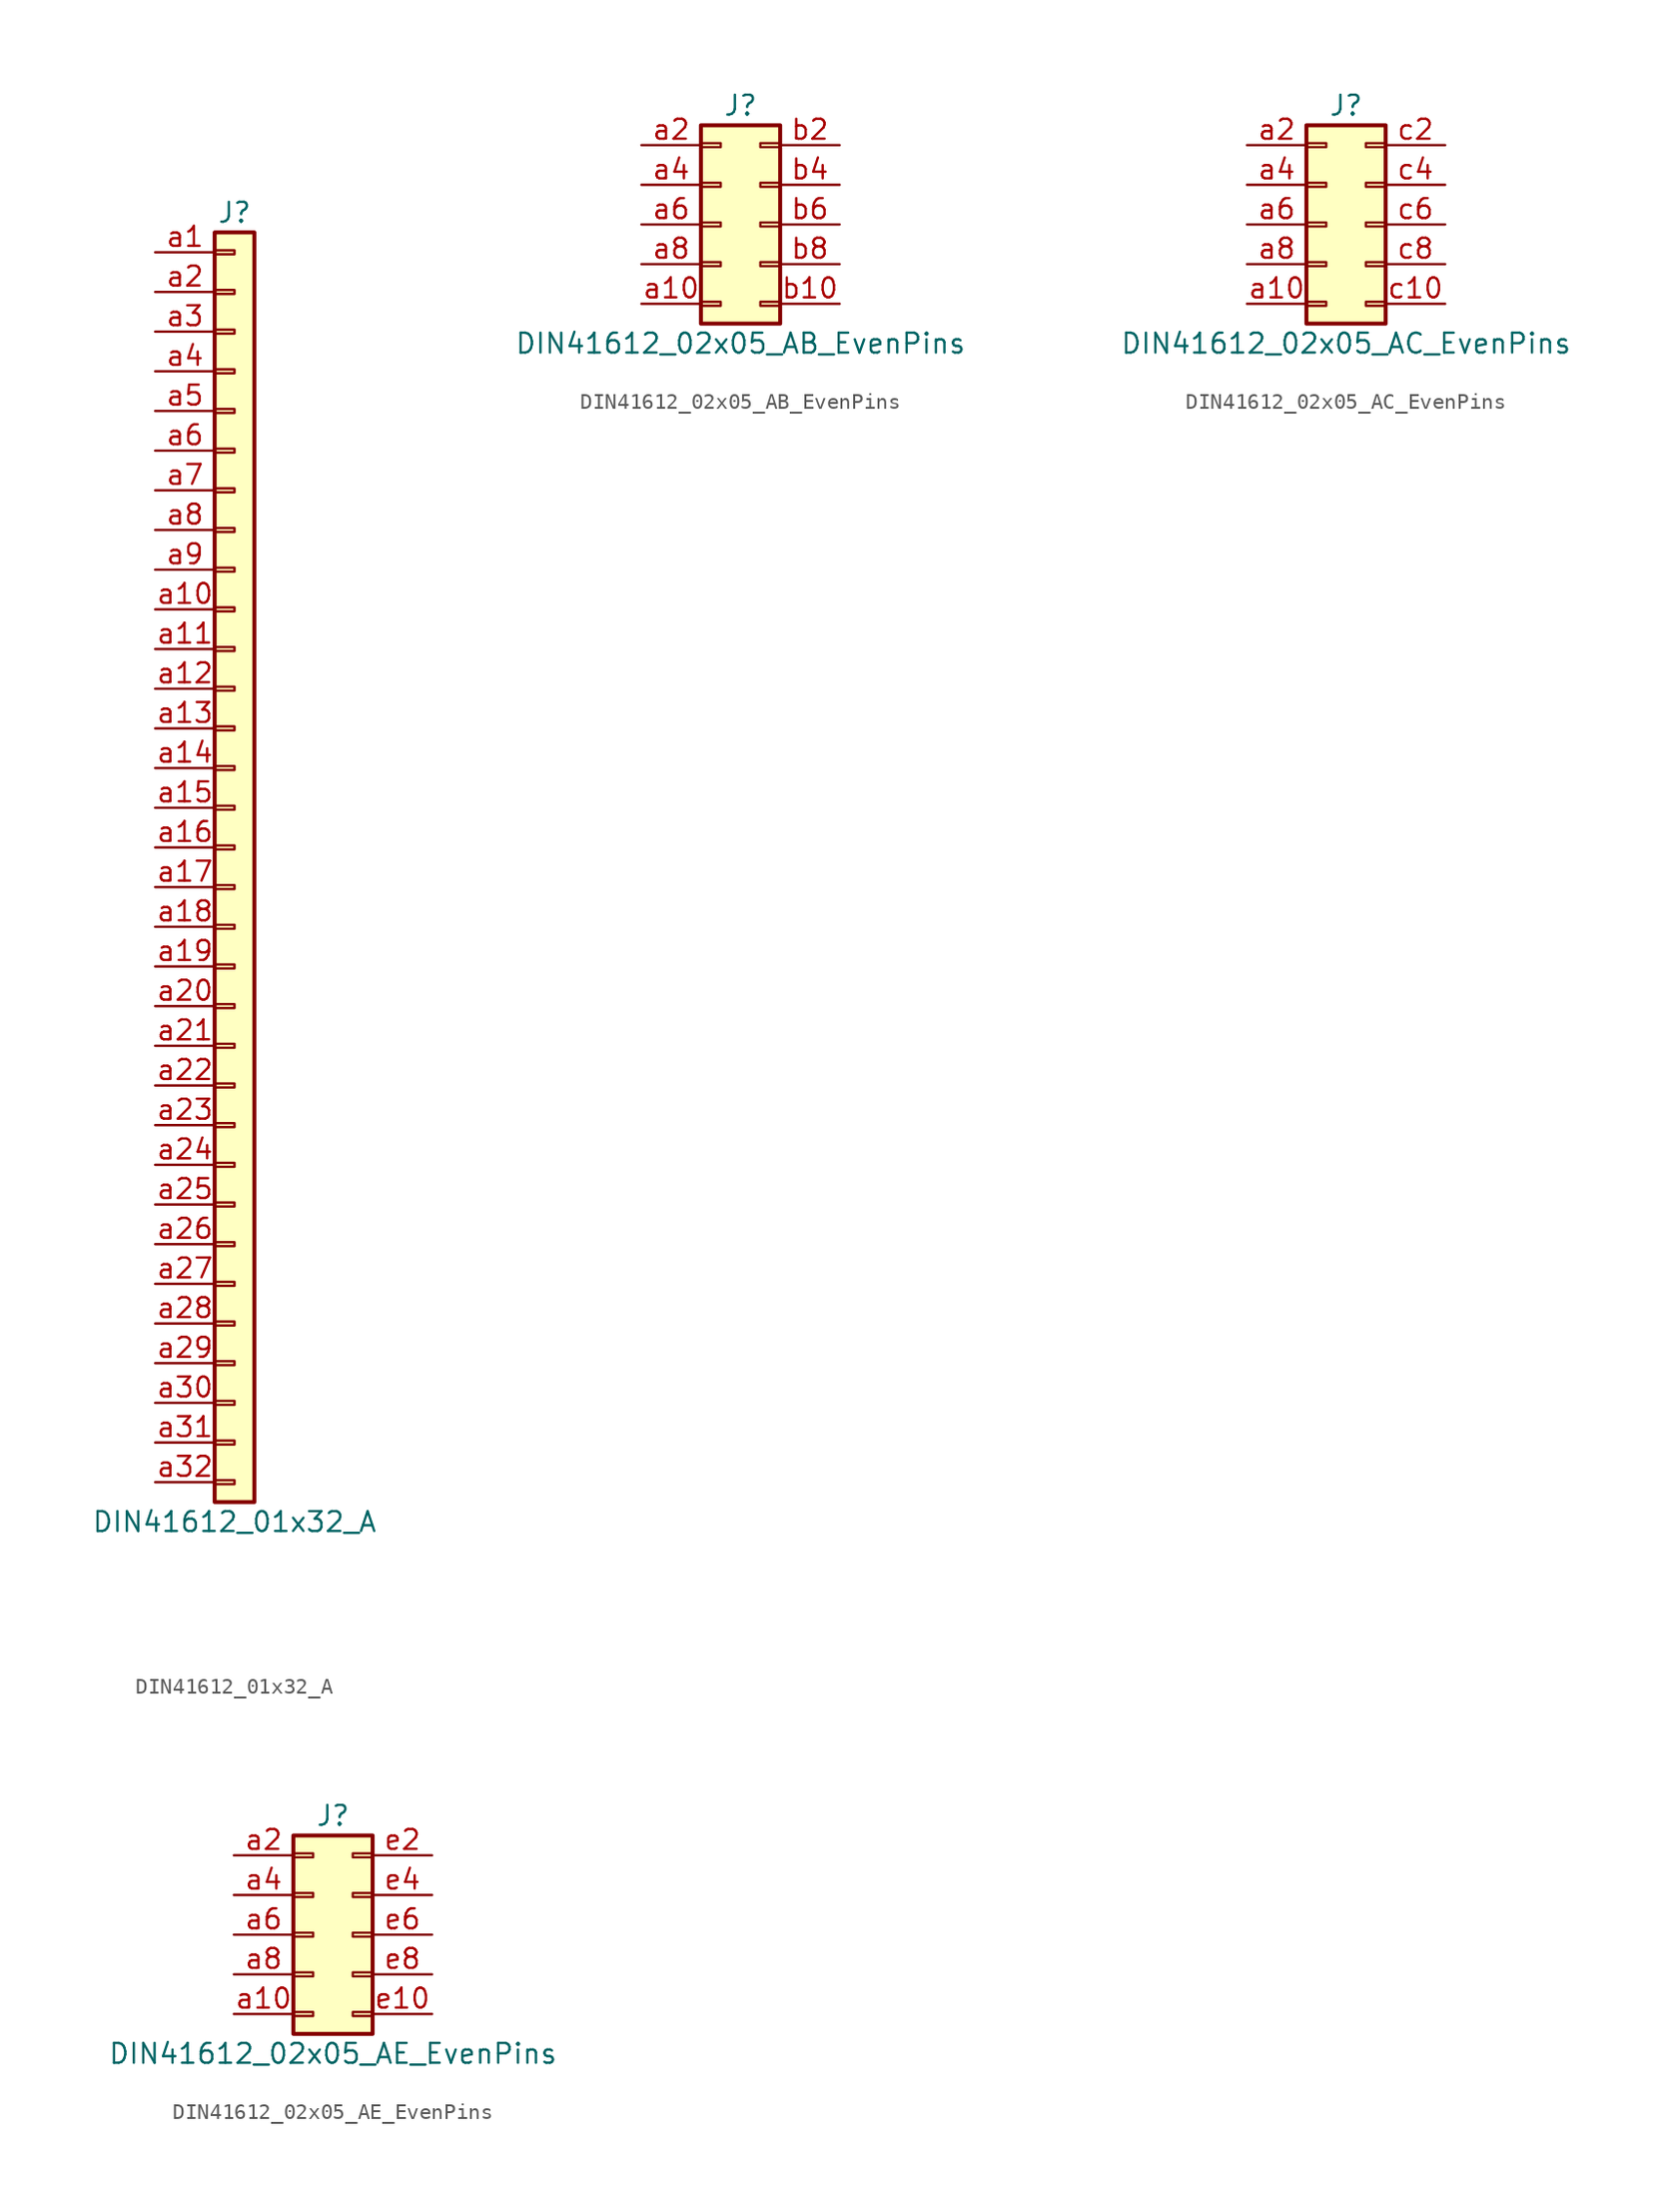
<source format=kicad_sym>
(kicad_symbol_lib
  (version 20201005)
  (generator kicad_symbol_editor)
  (symbol "Connector:DIN41612_01x32_A"
    (pin_names
      (offset 1.016) hide)
    (property "Reference" "J"
      (at 0 40.64 0)
      (effects (font (size 1.27 1.27))))
    (property "Value" "DIN41612_01x32_A"
      (at 0 -43.18 0)
      (effects (font (size 1.27 1.27))))
    (symbol "DIN41612_01x32_A_1_1"
      (rectangle (start -1.27 -40.513) (end 0 -40.767) (stroke (width 0.152)) (fill (type none)))
      (rectangle (start -1.27 -37.973) (end 0 -38.227) (stroke (width 0.152)) (fill (type none)))
      (rectangle (start -1.27 -35.433) (end 0 -35.687) (stroke (width 0.152)) (fill (type none)))
      (rectangle (start -1.27 -32.893) (end 0 -33.147) (stroke (width 0.152)) (fill (type none)))
      (rectangle (start -1.27 -30.353) (end 0 -30.607) (stroke (width 0.152)) (fill (type none)))
      (rectangle (start -1.27 -27.813) (end 0 -28.067) (stroke (width 0.152)) (fill (type none)))
      (rectangle (start -1.27 -25.273) (end 0 -25.527) (stroke (width 0.152)) (fill (type none)))
      (rectangle (start -1.27 -22.733) (end 0 -22.987) (stroke (width 0.152)) (fill (type none)))
      (rectangle (start -1.27 -20.193) (end 0 -20.447) (stroke (width 0.152)) (fill (type none)))
      (rectangle (start -1.27 -17.653) (end 0 -17.907) (stroke (width 0.152)) (fill (type none)))
      (rectangle (start -1.27 -15.113) (end 0 -15.367) (stroke (width 0.152)) (fill (type none)))
      (rectangle (start -1.27 -12.573) (end 0 -12.827) (stroke (width 0.152)) (fill (type none)))
      (rectangle (start -1.27 -10.033) (end 0 -10.287) (stroke (width 0.152)) (fill (type none)))
      (rectangle (start -1.27 -7.493) (end 0 -7.747) (stroke (width 0.152)) (fill (type none)))
      (rectangle (start -1.27 -4.953) (end 0 -5.207) (stroke (width 0.152)) (fill (type none)))
      (rectangle (start -1.27 -2.413) (end 0 -2.667) (stroke (width 0.152)) (fill (type none)))
      (rectangle (start -1.27 0.127) (end 0 -0.127) (stroke (width 0.152)) (fill (type none)))
      (rectangle (start -1.27 2.667) (end 0 2.413) (stroke (width 0.152)) (fill (type none)))
      (rectangle (start -1.27 5.207) (end 0 4.953) (stroke (width 0.152)) (fill (type none)))
      (rectangle (start -1.27 7.747) (end 0 7.493) (stroke (width 0.152)) (fill (type none)))
      (rectangle (start -1.27 10.287) (end 0 10.033) (stroke (width 0.152)) (fill (type none)))
      (rectangle (start -1.27 12.827) (end 0 12.573) (stroke (width 0.152)) (fill (type none)))
      (rectangle (start -1.27 15.367) (end 0 15.113) (stroke (width 0.152)) (fill (type none)))
      (rectangle (start -1.27 17.907) (end 0 17.653) (stroke (width 0.152)) (fill (type none)))
      (rectangle (start -1.27 20.447) (end 0 20.193) (stroke (width 0.152)) (fill (type none)))
      (rectangle (start -1.27 22.987) (end 0 22.733) (stroke (width 0.152)) (fill (type none)))
      (rectangle (start -1.27 25.527) (end 0 25.273) (stroke (width 0.152)) (fill (type none)))
      (rectangle (start -1.27 28.067) (end 0 27.813) (stroke (width 0.152)) (fill (type none)))
      (rectangle (start -1.27 30.607) (end 0 30.353) (stroke (width 0.152)) (fill (type none)))
      (rectangle (start -1.27 33.147) (end 0 32.893) (stroke (width 0.152)) (fill (type none)))
      (rectangle (start -1.27 35.687) (end 0 35.433) (stroke (width 0.152)) (fill (type none)))
      (rectangle (start -1.27 38.227) (end 0 37.973) (stroke (width 0.152)) (fill (type none)))
      (rectangle (start -1.27 39.37) (end 1.27 -41.91) (stroke (width 0.254)) (fill (type background)))
      (pin passive line (at -5.08 38.1 0) (length 3.81) (name "Pin_a1" (effects (font (size 1.27 1.27)))) (number "a1" (effects (font (size 1.27 1.27)))))
      (pin passive line (at -5.08 15.24 0) (length 3.81) (name "Pin_a10" (effects (font (size 1.27 1.27)))) (number "a10" (effects (font (size 1.27 1.27)))))
      (pin passive line (at -5.08 12.7 0) (length 3.81) (name "Pin_a11" (effects (font (size 1.27 1.27)))) (number "a11" (effects (font (size 1.27 1.27)))))
      (pin passive line (at -5.08 10.16 0) (length 3.81) (name "Pin_a12" (effects (font (size 1.27 1.27)))) (number "a12" (effects (font (size 1.27 1.27)))))
      (pin passive line (at -5.08 7.62 0) (length 3.81) (name "Pin_a13" (effects (font (size 1.27 1.27)))) (number "a13" (effects (font (size 1.27 1.27)))))
      (pin passive line (at -5.08 5.08 0) (length 3.81) (name "Pin_a14" (effects (font (size 1.27 1.27)))) (number "a14" (effects (font (size 1.27 1.27)))))
      (pin passive line (at -5.08 2.54 0) (length 3.81) (name "Pin_a15" (effects (font (size 1.27 1.27)))) (number "a15" (effects (font (size 1.27 1.27)))))
      (pin passive line (at -5.08 0 0) (length 3.81) (name "Pin_a16" (effects (font (size 1.27 1.27)))) (number "a16" (effects (font (size 1.27 1.27)))))
      (pin passive line (at -5.08 -2.54 0) (length 3.81) (name "Pin_a17" (effects (font (size 1.27 1.27)))) (number "a17" (effects (font (size 1.27 1.27)))))
      (pin passive line (at -5.08 -5.08 0) (length 3.81) (name "Pin_a18" (effects (font (size 1.27 1.27)))) (number "a18" (effects (font (size 1.27 1.27)))))
      (pin passive line (at -5.08 -7.62 0) (length 3.81) (name "Pin_a19" (effects (font (size 1.27 1.27)))) (number "a19" (effects (font (size 1.27 1.27)))))
      (pin passive line (at -5.08 35.56 0) (length 3.81) (name "Pin_a2" (effects (font (size 1.27 1.27)))) (number "a2" (effects (font (size 1.27 1.27)))))
      (pin passive line (at -5.08 -10.16 0) (length 3.81) (name "Pin_a20" (effects (font (size 1.27 1.27)))) (number "a20" (effects (font (size 1.27 1.27)))))
      (pin passive line (at -5.08 -12.7 0) (length 3.81) (name "Pin_a21" (effects (font (size 1.27 1.27)))) (number "a21" (effects (font (size 1.27 1.27)))))
      (pin passive line (at -5.08 -15.24 0) (length 3.81) (name "Pin_a22" (effects (font (size 1.27 1.27)))) (number "a22" (effects (font (size 1.27 1.27)))))
      (pin passive line (at -5.08 -17.78 0) (length 3.81) (name "Pin_a23" (effects (font (size 1.27 1.27)))) (number "a23" (effects (font (size 1.27 1.27)))))
      (pin passive line (at -5.08 -20.32 0) (length 3.81) (name "Pin_a24" (effects (font (size 1.27 1.27)))) (number "a24" (effects (font (size 1.27 1.27)))))
      (pin passive line (at -5.08 -22.86 0) (length 3.81) (name "Pin_a25" (effects (font (size 1.27 1.27)))) (number "a25" (effects (font (size 1.27 1.27)))))
      (pin passive line (at -5.08 -25.4 0) (length 3.81) (name "Pin_a26" (effects (font (size 1.27 1.27)))) (number "a26" (effects (font (size 1.27 1.27)))))
      (pin passive line (at -5.08 -27.94 0) (length 3.81) (name "Pin_a27" (effects (font (size 1.27 1.27)))) (number "a27" (effects (font (size 1.27 1.27)))))
      (pin passive line (at -5.08 -30.48 0) (length 3.81) (name "Pin_a28" (effects (font (size 1.27 1.27)))) (number "a28" (effects (font (size 1.27 1.27)))))
      (pin passive line (at -5.08 -33.02 0) (length 3.81) (name "Pin_a29" (effects (font (size 1.27 1.27)))) (number "a29" (effects (font (size 1.27 1.27)))))
      (pin passive line (at -5.08 33.02 0) (length 3.81) (name "Pin_a3" (effects (font (size 1.27 1.27)))) (number "a3" (effects (font (size 1.27 1.27)))))
      (pin passive line (at -5.08 -35.56 0) (length 3.81) (name "Pin_a30" (effects (font (size 1.27 1.27)))) (number "a30" (effects (font (size 1.27 1.27)))))
      (pin passive line (at -5.08 -38.1 0) (length 3.81) (name "Pin_a31" (effects (font (size 1.27 1.27)))) (number "a31" (effects (font (size 1.27 1.27)))))
      (pin passive line (at -5.08 -40.64 0) (length 3.81) (name "Pin_a32" (effects (font (size 1.27 1.27)))) (number "a32" (effects (font (size 1.27 1.27)))))
      (pin passive line (at -5.08 30.48 0) (length 3.81) (name "Pin_a4" (effects (font (size 1.27 1.27)))) (number "a4" (effects (font (size 1.27 1.27)))))
      (pin passive line (at -5.08 27.94 0) (length 3.81) (name "Pin_a5" (effects (font (size 1.27 1.27)))) (number "a5" (effects (font (size 1.27 1.27)))))
      (pin passive line (at -5.08 25.4 0) (length 3.81) (name "Pin_a6" (effects (font (size 1.27 1.27)))) (number "a6" (effects (font (size 1.27 1.27)))))
      (pin passive line (at -5.08 22.86 0) (length 3.81) (name "Pin_a7" (effects (font (size 1.27 1.27)))) (number "a7" (effects (font (size 1.27 1.27)))))
      (pin passive line (at -5.08 20.32 0) (length 3.81) (name "Pin_a8" (effects (font (size 1.27 1.27)))) (number "a8" (effects (font (size 1.27 1.27)))))
      (pin passive line (at -5.08 17.78 0) (length 3.81) (name "Pin_a9" (effects (font (size 1.27 1.27)))) (number "a9" (effects (font (size 1.27 1.27)))))))
  (symbol "Connector:DIN41612_02x05_AB_EvenPins"
    (pin_names
      (offset 1.016) hide)
    (property "Reference" "J"
      (at 1.27 7.62 0)
      (effects (font (size 1.27 1.27))))
    (property "Value" "DIN41612_02x05_AB_EvenPins"
      (at 1.27 -7.62 0)
      (effects (font (size 1.27 1.27))))
    (symbol "DIN41612_02x05_AB_EvenPins_1_1"
      (rectangle (start -1.27 -4.953) (end 0 -5.207) (stroke (width 0.152)) (fill (type none)))
      (rectangle (start -1.27 -2.413) (end 0 -2.667) (stroke (width 0.152)) (fill (type none)))
      (rectangle (start -1.27 0.127) (end 0 -0.127) (stroke (width 0.152)) (fill (type none)))
      (rectangle (start -1.27 2.667) (end 0 2.413) (stroke (width 0.152)) (fill (type none)))
      (rectangle (start -1.27 5.207) (end 0 4.953) (stroke (width 0.152)) (fill (type none)))
      (rectangle (start -1.27 6.35) (end 3.81 -6.35) (stroke (width 0.254)) (fill (type background)))
      (rectangle (start 3.81 -4.953) (end 2.54 -5.207) (stroke (width 0.152)) (fill (type none)))
      (rectangle (start 3.81 -2.413) (end 2.54 -2.667) (stroke (width 0.152)) (fill (type none)))
      (rectangle (start 3.81 0.127) (end 2.54 -0.127) (stroke (width 0.152)) (fill (type none)))
      (rectangle (start 3.81 2.667) (end 2.54 2.413) (stroke (width 0.152)) (fill (type none)))
      (rectangle (start 3.81 5.207) (end 2.54 4.953) (stroke (width 0.152)) (fill (type none)))
      (pin passive line (at -5.08 -5.08 0) (length 3.81) (name "Pin_a10" (effects (font (size 1.27 1.27)))) (number "a10" (effects (font (size 1.27 1.27)))))
      (pin passive line (at -5.08 5.08 0) (length 3.81) (name "Pin_a2" (effects (font (size 1.27 1.27)))) (number "a2" (effects (font (size 1.27 1.27)))))
      (pin passive line (at -5.08 2.54 0) (length 3.81) (name "Pin_a4" (effects (font (size 1.27 1.27)))) (number "a4" (effects (font (size 1.27 1.27)))))
      (pin passive line (at -5.08 0 0) (length 3.81) (name "Pin_a6" (effects (font (size 1.27 1.27)))) (number "a6" (effects (font (size 1.27 1.27)))))
      (pin passive line (at -5.08 -2.54 0) (length 3.81) (name "Pin_a8" (effects (font (size 1.27 1.27)))) (number "a8" (effects (font (size 1.27 1.27)))))
      (pin passive line (at 7.62 -5.08 180) (length 3.81) (name "Pin_b10" (effects (font (size 1.27 1.27)))) (number "b10" (effects (font (size 1.27 1.27)))))
      (pin passive line (at 7.62 5.08 180) (length 3.81) (name "Pin_b2" (effects (font (size 1.27 1.27)))) (number "b2" (effects (font (size 1.27 1.27)))))
      (pin passive line (at 7.62 2.54 180) (length 3.81) (name "Pin_b4" (effects (font (size 1.27 1.27)))) (number "b4" (effects (font (size 1.27 1.27)))))
      (pin passive line (at 7.62 0 180) (length 3.81) (name "Pin_b6" (effects (font (size 1.27 1.27)))) (number "b6" (effects (font (size 1.27 1.27)))))
      (pin passive line (at 7.62 -2.54 180) (length 3.81) (name "Pin_b8" (effects (font (size 1.27 1.27)))) (number "b8" (effects (font (size 1.27 1.27)))))))
  (symbol "Connector:DIN41612_02x05_AC_EvenPins"
    (pin_names
      (offset 1.016) hide)
    (property "Reference" "J"
      (at 1.27 7.62 0)
      (effects (font (size 1.27 1.27))))
    (property "Value" "DIN41612_02x05_AC_EvenPins"
      (at 1.27 -7.62 0)
      (effects (font (size 1.27 1.27))))
    (symbol "DIN41612_02x05_AC_EvenPins_1_1"
      (rectangle (start -1.27 -4.953) (end 0 -5.207) (stroke (width 0.152)) (fill (type none)))
      (rectangle (start -1.27 -2.413) (end 0 -2.667) (stroke (width 0.152)) (fill (type none)))
      (rectangle (start -1.27 0.127) (end 0 -0.127) (stroke (width 0.152)) (fill (type none)))
      (rectangle (start -1.27 2.667) (end 0 2.413) (stroke (width 0.152)) (fill (type none)))
      (rectangle (start -1.27 5.207) (end 0 4.953) (stroke (width 0.152)) (fill (type none)))
      (rectangle (start -1.27 6.35) (end 3.81 -6.35) (stroke (width 0.254)) (fill (type background)))
      (rectangle (start 3.81 -4.953) (end 2.54 -5.207) (stroke (width 0.152)) (fill (type none)))
      (rectangle (start 3.81 -2.413) (end 2.54 -2.667) (stroke (width 0.152)) (fill (type none)))
      (rectangle (start 3.81 0.127) (end 2.54 -0.127) (stroke (width 0.152)) (fill (type none)))
      (rectangle (start 3.81 2.667) (end 2.54 2.413) (stroke (width 0.152)) (fill (type none)))
      (rectangle (start 3.81 5.207) (end 2.54 4.953) (stroke (width 0.152)) (fill (type none)))
      (pin passive line (at -5.08 -5.08 0) (length 3.81) (name "Pin_a10" (effects (font (size 1.27 1.27)))) (number "a10" (effects (font (size 1.27 1.27)))))
      (pin passive line (at -5.08 5.08 0) (length 3.81) (name "Pin_a2" (effects (font (size 1.27 1.27)))) (number "a2" (effects (font (size 1.27 1.27)))))
      (pin passive line (at -5.08 2.54 0) (length 3.81) (name "Pin_a4" (effects (font (size 1.27 1.27)))) (number "a4" (effects (font (size 1.27 1.27)))))
      (pin passive line (at -5.08 0 0) (length 3.81) (name "Pin_a6" (effects (font (size 1.27 1.27)))) (number "a6" (effects (font (size 1.27 1.27)))))
      (pin passive line (at -5.08 -2.54 0) (length 3.81) (name "Pin_a8" (effects (font (size 1.27 1.27)))) (number "a8" (effects (font (size 1.27 1.27)))))
      (pin passive line (at 7.62 -5.08 180) (length 3.81) (name "Pin_c10" (effects (font (size 1.27 1.27)))) (number "c10" (effects (font (size 1.27 1.27)))))
      (pin passive line (at 7.62 5.08 180) (length 3.81) (name "Pin_c2" (effects (font (size 1.27 1.27)))) (number "c2" (effects (font (size 1.27 1.27)))))
      (pin passive line (at 7.62 2.54 180) (length 3.81) (name "Pin_c4" (effects (font (size 1.27 1.27)))) (number "c4" (effects (font (size 1.27 1.27)))))
      (pin passive line (at 7.62 0 180) (length 3.81) (name "Pin_c6" (effects (font (size 1.27 1.27)))) (number "c6" (effects (font (size 1.27 1.27)))))
      (pin passive line (at 7.62 -2.54 180) (length 3.81) (name "Pin_c8" (effects (font (size 1.27 1.27)))) (number "c8" (effects (font (size 1.27 1.27)))))))
  (symbol "Connector:DIN41612_02x05_AE_EvenPins"
    (pin_names
      (offset 1.016) hide)
    (property "Reference" "J"
      (at 1.27 7.62 0)
      (effects (font (size 1.27 1.27))))
    (property "Value" "DIN41612_02x05_AE_EvenPins"
      (at 1.27 -7.62 0)
      (effects (font (size 1.27 1.27))))
    (symbol "DIN41612_02x05_AE_EvenPins_1_1"
      (rectangle (start -1.27 -4.953) (end 0 -5.207) (stroke (width 0.152)) (fill (type none)))
      (rectangle (start -1.27 -2.413) (end 0 -2.667) (stroke (width 0.152)) (fill (type none)))
      (rectangle (start -1.27 0.127) (end 0 -0.127) (stroke (width 0.152)) (fill (type none)))
      (rectangle (start -1.27 2.667) (end 0 2.413) (stroke (width 0.152)) (fill (type none)))
      (rectangle (start -1.27 5.207) (end 0 4.953) (stroke (width 0.152)) (fill (type none)))
      (rectangle (start -1.27 6.35) (end 3.81 -6.35) (stroke (width 0.254)) (fill (type background)))
      (rectangle (start 3.81 -4.953) (end 2.54 -5.207) (stroke (width 0.152)) (fill (type none)))
      (rectangle (start 3.81 -2.413) (end 2.54 -2.667) (stroke (width 0.152)) (fill (type none)))
      (rectangle (start 3.81 0.127) (end 2.54 -0.127) (stroke (width 0.152)) (fill (type none)))
      (rectangle (start 3.81 2.667) (end 2.54 2.413) (stroke (width 0.152)) (fill (type none)))
      (rectangle (start 3.81 5.207) (end 2.54 4.953) (stroke (width 0.152)) (fill (type none)))
      (pin passive line (at -5.08 -5.08 0) (length 3.81) (name "Pin_a10" (effects (font (size 1.27 1.27)))) (number "a10" (effects (font (size 1.27 1.27)))))
      (pin passive line (at -5.08 5.08 0) (length 3.81) (name "Pin_a2" (effects (font (size 1.27 1.27)))) (number "a2" (effects (font (size 1.27 1.27)))))
      (pin passive line (at -5.08 2.54 0) (length 3.81) (name "Pin_a4" (effects (font (size 1.27 1.27)))) (number "a4" (effects (font (size 1.27 1.27)))))
      (pin passive line (at -5.08 0 0) (length 3.81) (name "Pin_a6" (effects (font (size 1.27 1.27)))) (number "a6" (effects (font (size 1.27 1.27)))))
      (pin passive line (at -5.08 -2.54 0) (length 3.81) (name "Pin_a8" (effects (font (size 1.27 1.27)))) (number "a8" (effects (font (size 1.27 1.27)))))
      (pin passive line (at 7.62 -5.08 180) (length 3.81) (name "Pin_e10" (effects (font (size 1.27 1.27)))) (number "e10" (effects (font (size 1.27 1.27)))))
      (pin passive line (at 7.62 5.08 180) (length 3.81) (name "Pin_e2" (effects (font (size 1.27 1.27)))) (number "e2" (effects (font (size 1.27 1.27)))))
      (pin passive line (at 7.62 2.54 180) (length 3.81) (name "Pin_e4" (effects (font (size 1.27 1.27)))) (number "e4" (effects (font (size 1.27 1.27)))))
      (pin passive line (at 7.62 0 180) (length 3.81) (name "Pin_e6" (effects (font (size 1.27 1.27)))) (number "e6" (effects (font (size 1.27 1.27)))))
      (pin passive line (at 7.62 -2.54 180) (length 3.81) (name "Pin_e8" (effects (font (size 1.27 1.27)))) (number "e8" (effects (font (size 1.27 1.27))))))))
</source>
